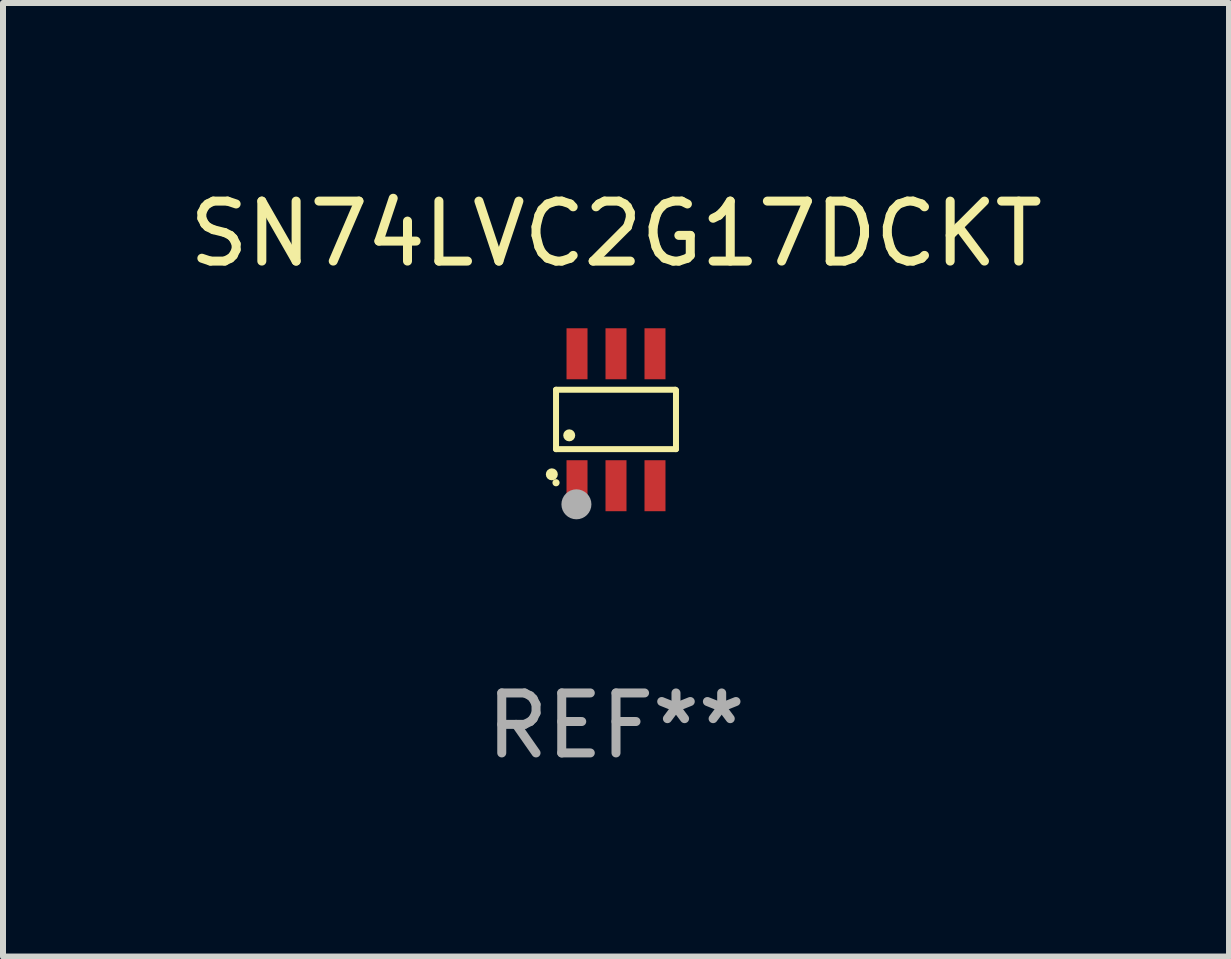
<source format=kicad_pcb>
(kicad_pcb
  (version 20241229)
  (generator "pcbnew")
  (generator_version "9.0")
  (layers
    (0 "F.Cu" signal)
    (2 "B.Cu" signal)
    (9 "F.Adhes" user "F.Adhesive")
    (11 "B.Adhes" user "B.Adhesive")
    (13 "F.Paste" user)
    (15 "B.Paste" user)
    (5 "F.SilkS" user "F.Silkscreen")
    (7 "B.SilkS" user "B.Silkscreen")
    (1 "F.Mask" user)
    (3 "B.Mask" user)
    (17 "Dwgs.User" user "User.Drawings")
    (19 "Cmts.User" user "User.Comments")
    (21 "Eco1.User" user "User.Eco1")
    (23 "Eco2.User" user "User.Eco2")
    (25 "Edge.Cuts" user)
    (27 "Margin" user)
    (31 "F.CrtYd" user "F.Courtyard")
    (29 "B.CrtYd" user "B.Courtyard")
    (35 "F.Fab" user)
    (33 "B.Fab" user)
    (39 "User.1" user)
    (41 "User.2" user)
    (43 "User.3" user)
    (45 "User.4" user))
  (footprint "SN74LVC2G17DCKT"
    (layer "F.Cu")
    (at 7.22 3.948)
    (property "Reference" "SN74LVC2G17DCKT" (at 0 -3.1 0) (layer "F.SilkS") (effects (font (size 1 1) (thickness 0.15))))
    (attr through_hole)
    (fp_line (start -1 -0.5) (end -1 0.49) (stroke (width 0.1) (type solid)) (layer "F.SilkS"))
    (fp_line (start -1 0.49) (end 1 0.49) (stroke (width 0.1) (type solid)) (layer "F.SilkS"))
    (fp_line (start 0.99 -0.5) (end -1 -0.5) (stroke (width 0.1) (type solid)) (layer "F.SilkS"))
    (fp_line (start 1 -0.49) (end 0.99 -0.5) (stroke (width 0.1) (type solid)) (layer "F.SilkS"))
    (fp_line (start 1 0.49) (end 1 -0.49) (stroke (width 0.1) (type solid)) (layer "F.SilkS"))
    (fp_circle (center -1.07 0.91) (end -1.02 0.91) (stroke (width 0.1) (type solid)) (fill no) (layer "F.SilkS"))
    (fp_circle (center -1 1.05) (end -0.97 1.05) (stroke (width 0.06) (type solid)) (fill no) (layer "F.SilkS"))
    (fp_circle (center -0.78 0.26) (end -0.73 0.26) (stroke (width 0.1) (type solid)) (fill no) (layer "F.SilkS"))
    (fp_circle (center -0.66 1.41) (end -0.535 1.41) (stroke (width 0.25) (type solid)) (fill no) (layer "F.Fab"))
    (fp_text user "REF**" (at 0 5.1 0) (layer "F.Fab") (effects (font (size 1 1) (thickness 0.15))))
    (pad "1" smd rect (at -0.65 1.1) (size 0.35 0.85) (layers "F.Cu" "F.Mask" "F.Paste"))
    (pad "2" smd rect (at 0 1.1) (size 0.35 0.85) (layers "F.Cu" "F.Mask" "F.Paste"))
    (pad "3" smd rect (at 0.65 1.1) (size 0.35 0.85) (layers "F.Cu" "F.Mask" "F.Paste"))
    (pad "4" smd rect (at 0.65 -1.1) (size 0.35 0.85) (layers "F.Cu" "F.Mask" "F.Paste"))
    (pad "5" smd rect (at 0 -1.1) (size 0.35 0.85) (layers "F.Cu" "F.Mask" "F.Paste"))
    (pad "6" smd rect (at -0.65 -1.1) (size 0.35 0.85) (layers "F.Cu" "F.Mask" "F.Paste")))
  (gr_rect
    (start -3 -3)
    (end 17.44 12.897)
    (stroke (width 0.1) (type default))
    (fill no)
    (layer "Edge.Cuts")))
</source>
